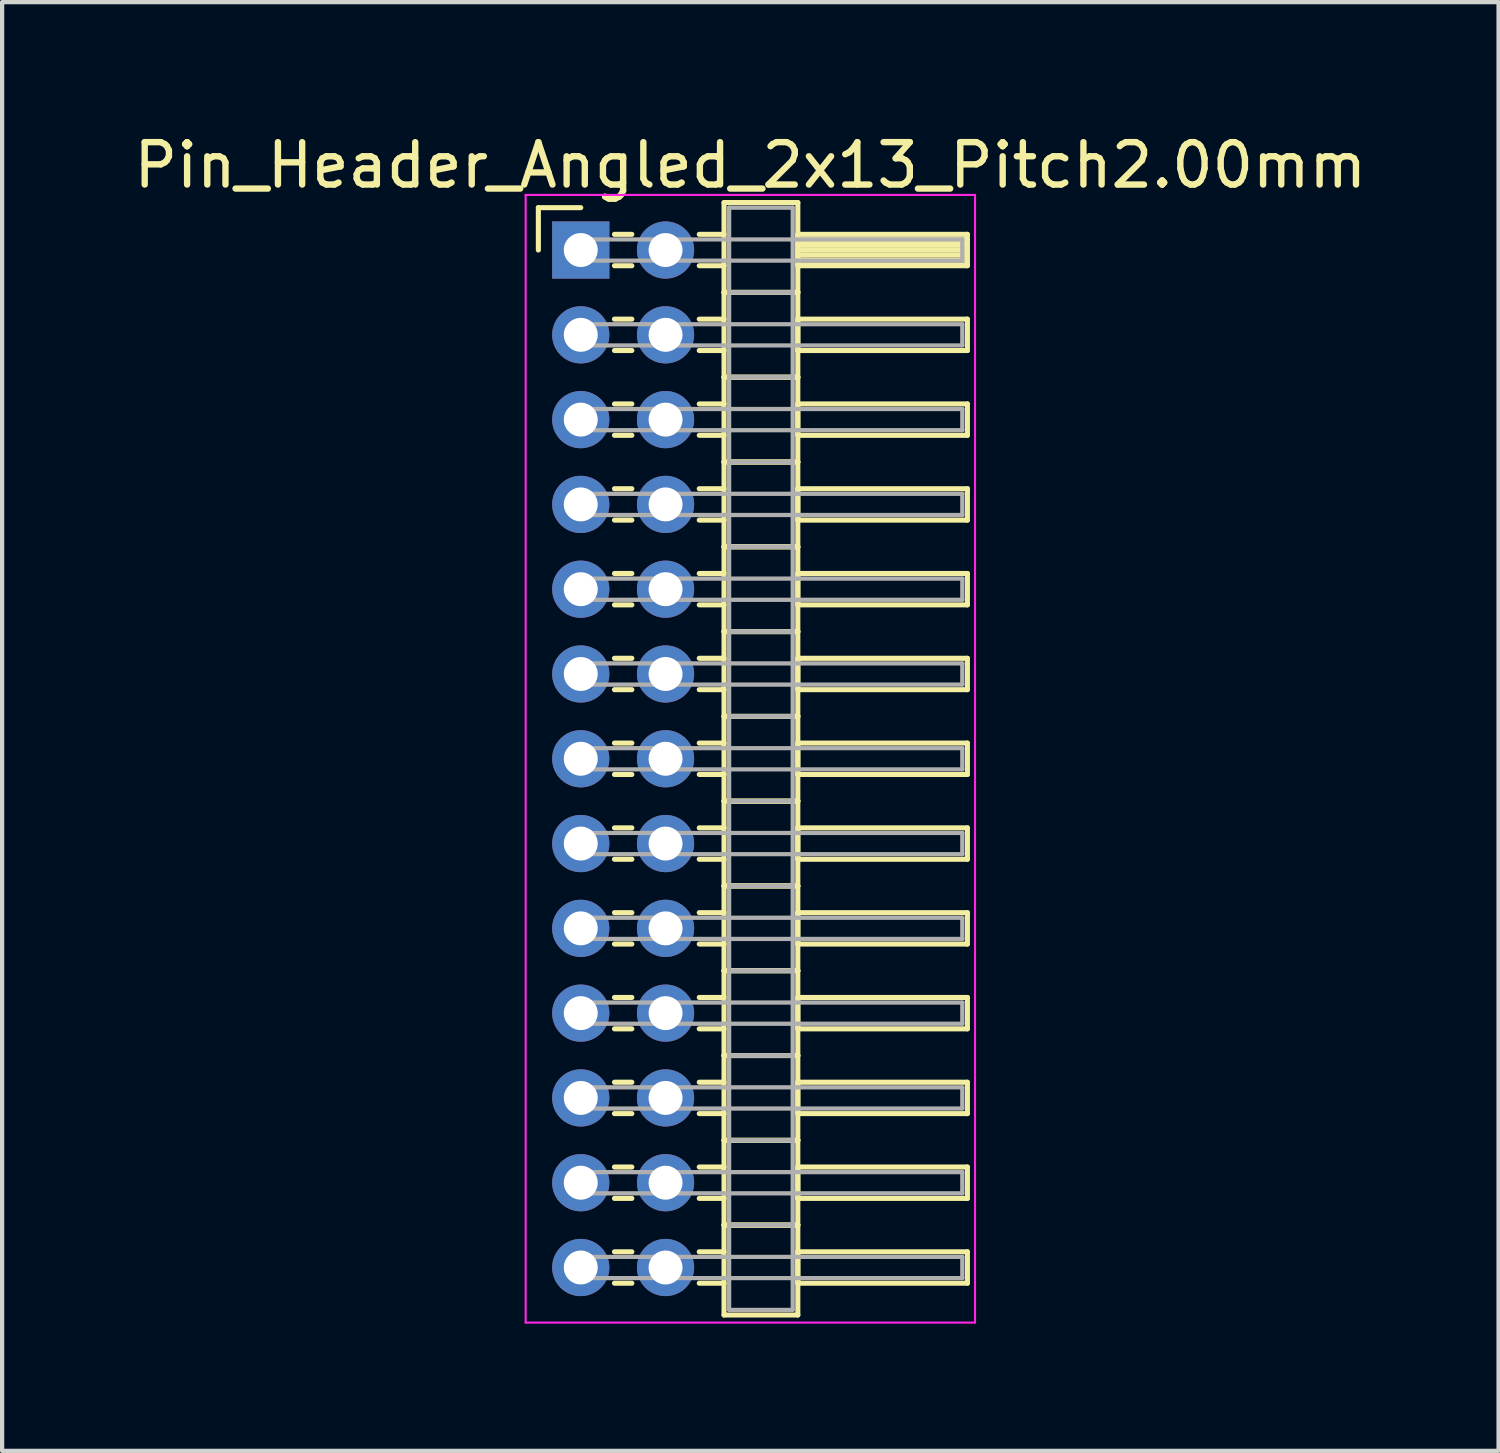
<source format=kicad_pcb>
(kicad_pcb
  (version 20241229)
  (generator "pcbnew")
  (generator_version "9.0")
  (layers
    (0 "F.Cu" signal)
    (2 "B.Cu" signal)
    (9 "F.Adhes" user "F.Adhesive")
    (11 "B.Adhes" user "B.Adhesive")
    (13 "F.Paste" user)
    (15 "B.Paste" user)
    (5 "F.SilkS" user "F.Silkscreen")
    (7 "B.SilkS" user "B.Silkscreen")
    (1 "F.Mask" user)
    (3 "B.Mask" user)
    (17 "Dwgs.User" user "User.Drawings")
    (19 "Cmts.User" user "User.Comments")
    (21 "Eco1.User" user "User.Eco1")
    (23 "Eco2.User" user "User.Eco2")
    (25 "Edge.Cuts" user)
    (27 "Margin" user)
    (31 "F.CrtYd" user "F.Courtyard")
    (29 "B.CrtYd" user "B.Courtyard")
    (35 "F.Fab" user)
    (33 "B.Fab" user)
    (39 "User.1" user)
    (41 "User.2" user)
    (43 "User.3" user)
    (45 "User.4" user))
  (footprint "Pin_Header_Angled_2x13_Pitch2.00mm"
    (layer "F.Cu")
    (at 10.649 2.848)
    (property "Reference" "Pin_Header_Angled_2x13_Pitch2.00mm" (at 4 -2 0) (layer "F.SilkS") (effects (font (size 1 1) (thickness 0.15))))
    (attr through_hole)
    (fp_line (start -1 -1) (end 0 -1) (stroke (width 0.12) (type solid)) (layer "F.SilkS"))
    (fp_line (start -1 0) (end -1 -1) (stroke (width 0.12) (type solid)) (layer "F.SilkS"))
    (fp_line (start 0.795 -0.37) (end 1.205 -0.37) (stroke (width 0.12) (type solid)) (layer "F.SilkS"))
    (fp_line (start 0.795 0.37) (end 1.205 0.37) (stroke (width 0.12) (type solid)) (layer "F.SilkS"))
    (fp_line (start 0.795 1.63) (end 1.205 1.63) (stroke (width 0.12) (type solid)) (layer "F.SilkS"))
    (fp_line (start 0.795 2.37) (end 1.205 2.37) (stroke (width 0.12) (type solid)) (layer "F.SilkS"))
    (fp_line (start 0.795 3.63) (end 1.205 3.63) (stroke (width 0.12) (type solid)) (layer "F.SilkS"))
    (fp_line (start 0.795 4.37) (end 1.205 4.37) (stroke (width 0.12) (type solid)) (layer "F.SilkS"))
    (fp_line (start 0.795 5.63) (end 1.205 5.63) (stroke (width 0.12) (type solid)) (layer "F.SilkS"))
    (fp_line (start 0.795 6.37) (end 1.205 6.37) (stroke (width 0.12) (type solid)) (layer "F.SilkS"))
    (fp_line (start 0.795 7.63) (end 1.205 7.63) (stroke (width 0.12) (type solid)) (layer "F.SilkS"))
    (fp_line (start 0.795 8.37) (end 1.205 8.37) (stroke (width 0.12) (type solid)) (layer "F.SilkS"))
    (fp_line (start 0.795 9.63) (end 1.205 9.63) (stroke (width 0.12) (type solid)) (layer "F.SilkS"))
    (fp_line (start 0.795 10.37) (end 1.205 10.37) (stroke (width 0.12) (type solid)) (layer "F.SilkS"))
    (fp_line (start 0.795 11.63) (end 1.205 11.63) (stroke (width 0.12) (type solid)) (layer "F.SilkS"))
    (fp_line (start 0.795 12.37) (end 1.205 12.37) (stroke (width 0.12) (type solid)) (layer "F.SilkS"))
    (fp_line (start 0.795 13.63) (end 1.205 13.63) (stroke (width 0.12) (type solid)) (layer "F.SilkS"))
    (fp_line (start 0.795 14.37) (end 1.205 14.37) (stroke (width 0.12) (type solid)) (layer "F.SilkS"))
    (fp_line (start 0.795 15.63) (end 1.205 15.63) (stroke (width 0.12) (type solid)) (layer "F.SilkS"))
    (fp_line (start 0.795 16.37) (end 1.205 16.37) (stroke (width 0.12) (type solid)) (layer "F.SilkS"))
    (fp_line (start 0.795 17.63) (end 1.205 17.63) (stroke (width 0.12) (type solid)) (layer "F.SilkS"))
    (fp_line (start 0.795 18.37) (end 1.205 18.37) (stroke (width 0.12) (type solid)) (layer "F.SilkS"))
    (fp_line (start 0.795 19.63) (end 1.205 19.63) (stroke (width 0.12) (type solid)) (layer "F.SilkS"))
    (fp_line (start 0.795 20.37) (end 1.205 20.37) (stroke (width 0.12) (type solid)) (layer "F.SilkS"))
    (fp_line (start 0.795 21.63) (end 1.205 21.63) (stroke (width 0.12) (type solid)) (layer "F.SilkS"))
    (fp_line (start 0.795 22.37) (end 1.205 22.37) (stroke (width 0.12) (type solid)) (layer "F.SilkS"))
    (fp_line (start 0.795 23.63) (end 1.205 23.63) (stroke (width 0.12) (type solid)) (layer "F.SilkS"))
    (fp_line (start 0.795 24.37) (end 1.205 24.37) (stroke (width 0.12) (type solid)) (layer "F.SilkS"))
    (fp_line (start 2.795 -0.37) (end 3.38 -0.37) (stroke (width 0.12) (type solid)) (layer "F.SilkS"))
    (fp_line (start 2.795 0.37) (end 3.38 0.37) (stroke (width 0.12) (type solid)) (layer "F.SilkS"))
    (fp_line (start 2.795 1.63) (end 3.38 1.63) (stroke (width 0.12) (type solid)) (layer "F.SilkS"))
    (fp_line (start 2.795 2.37) (end 3.38 2.37) (stroke (width 0.12) (type solid)) (layer "F.SilkS"))
    (fp_line (start 2.795 3.63) (end 3.38 3.63) (stroke (width 0.12) (type solid)) (layer "F.SilkS"))
    (fp_line (start 2.795 4.37) (end 3.38 4.37) (stroke (width 0.12) (type solid)) (layer "F.SilkS"))
    (fp_line (start 2.795 5.63) (end 3.38 5.63) (stroke (width 0.12) (type solid)) (layer "F.SilkS"))
    (fp_line (start 2.795 6.37) (end 3.38 6.37) (stroke (width 0.12) (type solid)) (layer "F.SilkS"))
    (fp_line (start 2.795 7.63) (end 3.38 7.63) (stroke (width 0.12) (type solid)) (layer "F.SilkS"))
    (fp_line (start 2.795 8.37) (end 3.38 8.37) (stroke (width 0.12) (type solid)) (layer "F.SilkS"))
    (fp_line (start 2.795 9.63) (end 3.38 9.63) (stroke (width 0.12) (type solid)) (layer "F.SilkS"))
    (fp_line (start 2.795 10.37) (end 3.38 10.37) (stroke (width 0.12) (type solid)) (layer "F.SilkS"))
    (fp_line (start 2.795 11.63) (end 3.38 11.63) (stroke (width 0.12) (type solid)) (layer "F.SilkS"))
    (fp_line (start 2.795 12.37) (end 3.38 12.37) (stroke (width 0.12) (type solid)) (layer "F.SilkS"))
    (fp_line (start 2.795 13.63) (end 3.38 13.63) (stroke (width 0.12) (type solid)) (layer "F.SilkS"))
    (fp_line (start 2.795 14.37) (end 3.38 14.37) (stroke (width 0.12) (type solid)) (layer "F.SilkS"))
    (fp_line (start 2.795 15.63) (end 3.38 15.63) (stroke (width 0.12) (type solid)) (layer "F.SilkS"))
    (fp_line (start 2.795 16.37) (end 3.38 16.37) (stroke (width 0.12) (type solid)) (layer "F.SilkS"))
    (fp_line (start 2.795 17.63) (end 3.38 17.63) (stroke (width 0.12) (type solid)) (layer "F.SilkS"))
    (fp_line (start 2.795 18.37) (end 3.38 18.37) (stroke (width 0.12) (type solid)) (layer "F.SilkS"))
    (fp_line (start 2.795 19.63) (end 3.38 19.63) (stroke (width 0.12) (type solid)) (layer "F.SilkS"))
    (fp_line (start 2.795 20.37) (end 3.38 20.37) (stroke (width 0.12) (type solid)) (layer "F.SilkS"))
    (fp_line (start 2.795 21.63) (end 3.38 21.63) (stroke (width 0.12) (type solid)) (layer "F.SilkS"))
    (fp_line (start 2.795 22.37) (end 3.38 22.37) (stroke (width 0.12) (type solid)) (layer "F.SilkS"))
    (fp_line (start 2.795 23.63) (end 3.38 23.63) (stroke (width 0.12) (type solid)) (layer "F.SilkS"))
    (fp_line (start 2.795 24.37) (end 3.38 24.37) (stroke (width 0.12) (type solid)) (layer "F.SilkS"))
    (fp_line (start 3.38 -1.12) (end 3.38 1) (stroke (width 0.12) (type solid)) (layer "F.SilkS"))
    (fp_line (start 3.38 1) (end 3.38 3) (stroke (width 0.12) (type solid)) (layer "F.SilkS"))
    (fp_line (start 3.38 1) (end 5.12 1) (stroke (width 0.12) (type solid)) (layer "F.SilkS"))
    (fp_line (start 3.38 3) (end 3.38 5) (stroke (width 0.12) (type solid)) (layer "F.SilkS"))
    (fp_line (start 3.38 3) (end 5.12 3) (stroke (width 0.12) (type solid)) (layer "F.SilkS"))
    (fp_line (start 3.38 5) (end 3.38 7) (stroke (width 0.12) (type solid)) (layer "F.SilkS"))
    (fp_line (start 3.38 5) (end 5.12 5) (stroke (width 0.12) (type solid)) (layer "F.SilkS"))
    (fp_line (start 3.38 7) (end 3.38 9) (stroke (width 0.12) (type solid)) (layer "F.SilkS"))
    (fp_line (start 3.38 7) (end 5.12 7) (stroke (width 0.12) (type solid)) (layer "F.SilkS"))
    (fp_line (start 3.38 9) (end 3.38 11) (stroke (width 0.12) (type solid)) (layer "F.SilkS"))
    (fp_line (start 3.38 9) (end 5.12 9) (stroke (width 0.12) (type solid)) (layer "F.SilkS"))
    (fp_line (start 3.38 11) (end 3.38 13) (stroke (width 0.12) (type solid)) (layer "F.SilkS"))
    (fp_line (start 3.38 11) (end 5.12 11) (stroke (width 0.12) (type solid)) (layer "F.SilkS"))
    (fp_line (start 3.38 13) (end 3.38 15) (stroke (width 0.12) (type solid)) (layer "F.SilkS"))
    (fp_line (start 3.38 13) (end 5.12 13) (stroke (width 0.12) (type solid)) (layer "F.SilkS"))
    (fp_line (start 3.38 15) (end 3.38 17) (stroke (width 0.12) (type solid)) (layer "F.SilkS"))
    (fp_line (start 3.38 15) (end 5.12 15) (stroke (width 0.12) (type solid)) (layer "F.SilkS"))
    (fp_line (start 3.38 17) (end 3.38 19) (stroke (width 0.12) (type solid)) (layer "F.SilkS"))
    (fp_line (start 3.38 17) (end 5.12 17) (stroke (width 0.12) (type solid)) (layer "F.SilkS"))
    (fp_line (start 3.38 19) (end 3.38 21) (stroke (width 0.12) (type solid)) (layer "F.SilkS"))
    (fp_line (start 3.38 19) (end 5.12 19) (stroke (width 0.12) (type solid)) (layer "F.SilkS"))
    (fp_line (start 3.38 21) (end 3.38 23) (stroke (width 0.12) (type solid)) (layer "F.SilkS"))
    (fp_line (start 3.38 21) (end 5.12 21) (stroke (width 0.12) (type solid)) (layer "F.SilkS"))
    (fp_line (start 3.38 23) (end 3.38 25.12) (stroke (width 0.12) (type solid)) (layer "F.SilkS"))
    (fp_line (start 3.38 23) (end 5.12 23) (stroke (width 0.12) (type solid)) (layer "F.SilkS"))
    (fp_line (start 3.38 25.12) (end 5.12 25.12) (stroke (width 0.12) (type solid)) (layer "F.SilkS"))
    (fp_line (start 5.12 -1.12) (end 3.38 -1.12) (stroke (width 0.12) (type solid)) (layer "F.SilkS"))
    (fp_line (start 5.12 -0.37) (end 5.12 0.37) (stroke (width 0.12) (type solid)) (layer "F.SilkS"))
    (fp_line (start 5.12 -0.25) (end 9.12 -0.25) (stroke (width 0.12) (type solid)) (layer "F.SilkS"))
    (fp_line (start 5.12 -0.13) (end 9.12 -0.13) (stroke (width 0.12) (type solid)) (layer "F.SilkS"))
    (fp_line (start 5.12 -0.01) (end 9.12 -0.01) (stroke (width 0.12) (type solid)) (layer "F.SilkS"))
    (fp_line (start 5.12 0.11) (end 9.12 0.11) (stroke (width 0.12) (type solid)) (layer "F.SilkS"))
    (fp_line (start 5.12 0.23) (end 9.12 0.23) (stroke (width 0.12) (type solid)) (layer "F.SilkS"))
    (fp_line (start 5.12 0.35) (end 9.12 0.35) (stroke (width 0.12) (type solid)) (layer "F.SilkS"))
    (fp_line (start 5.12 0.37) (end 9.12 0.37) (stroke (width 0.12) (type solid)) (layer "F.SilkS"))
    (fp_line (start 5.12 1) (end 3.38 1) (stroke (width 0.12) (type solid)) (layer "F.SilkS"))
    (fp_line (start 5.12 1) (end 5.12 -1.12) (stroke (width 0.12) (type solid)) (layer "F.SilkS"))
    (fp_line (start 5.12 1.63) (end 5.12 2.37) (stroke (width 0.12) (type solid)) (layer "F.SilkS"))
    (fp_line (start 5.12 2.37) (end 9.12 2.37) (stroke (width 0.12) (type solid)) (layer "F.SilkS"))
    (fp_line (start 5.12 3) (end 3.38 3) (stroke (width 0.12) (type solid)) (layer "F.SilkS"))
    (fp_line (start 5.12 3) (end 5.12 1) (stroke (width 0.12) (type solid)) (layer "F.SilkS"))
    (fp_line (start 5.12 3.63) (end 5.12 4.37) (stroke (width 0.12) (type solid)) (layer "F.SilkS"))
    (fp_line (start 5.12 4.37) (end 9.12 4.37) (stroke (width 0.12) (type solid)) (layer "F.SilkS"))
    (fp_line (start 5.12 5) (end 3.38 5) (stroke (width 0.12) (type solid)) (layer "F.SilkS"))
    (fp_line (start 5.12 5) (end 5.12 3) (stroke (width 0.12) (type solid)) (layer "F.SilkS"))
    (fp_line (start 5.12 5.63) (end 5.12 6.37) (stroke (width 0.12) (type solid)) (layer "F.SilkS"))
    (fp_line (start 5.12 6.37) (end 9.12 6.37) (stroke (width 0.12) (type solid)) (layer "F.SilkS"))
    (fp_line (start 5.12 7) (end 3.38 7) (stroke (width 0.12) (type solid)) (layer "F.SilkS"))
    (fp_line (start 5.12 7) (end 5.12 5) (stroke (width 0.12) (type solid)) (layer "F.SilkS"))
    (fp_line (start 5.12 7.63) (end 5.12 8.37) (stroke (width 0.12) (type solid)) (layer "F.SilkS"))
    (fp_line (start 5.12 8.37) (end 9.12 8.37) (stroke (width 0.12) (type solid)) (layer "F.SilkS"))
    (fp_line (start 5.12 9) (end 3.38 9) (stroke (width 0.12) (type solid)) (layer "F.SilkS"))
    (fp_line (start 5.12 9) (end 5.12 7) (stroke (width 0.12) (type solid)) (layer "F.SilkS"))
    (fp_line (start 5.12 9.63) (end 5.12 10.37) (stroke (width 0.12) (type solid)) (layer "F.SilkS"))
    (fp_line (start 5.12 10.37) (end 9.12 10.37) (stroke (width 0.12) (type solid)) (layer "F.SilkS"))
    (fp_line (start 5.12 11) (end 3.38 11) (stroke (width 0.12) (type solid)) (layer "F.SilkS"))
    (fp_line (start 5.12 11) (end 5.12 9) (stroke (width 0.12) (type solid)) (layer "F.SilkS"))
    (fp_line (start 5.12 11.63) (end 5.12 12.37) (stroke (width 0.12) (type solid)) (layer "F.SilkS"))
    (fp_line (start 5.12 12.37) (end 9.12 12.37) (stroke (width 0.12) (type solid)) (layer "F.SilkS"))
    (fp_line (start 5.12 13) (end 3.38 13) (stroke (width 0.12) (type solid)) (layer "F.SilkS"))
    (fp_line (start 5.12 13) (end 5.12 11) (stroke (width 0.12) (type solid)) (layer "F.SilkS"))
    (fp_line (start 5.12 13.63) (end 5.12 14.37) (stroke (width 0.12) (type solid)) (layer "F.SilkS"))
    (fp_line (start 5.12 14.37) (end 9.12 14.37) (stroke (width 0.12) (type solid)) (layer "F.SilkS"))
    (fp_line (start 5.12 15) (end 3.38 15) (stroke (width 0.12) (type solid)) (layer "F.SilkS"))
    (fp_line (start 5.12 15) (end 5.12 13) (stroke (width 0.12) (type solid)) (layer "F.SilkS"))
    (fp_line (start 5.12 15.63) (end 5.12 16.37) (stroke (width 0.12) (type solid)) (layer "F.SilkS"))
    (fp_line (start 5.12 16.37) (end 9.12 16.37) (stroke (width 0.12) (type solid)) (layer "F.SilkS"))
    (fp_line (start 5.12 17) (end 3.38 17) (stroke (width 0.12) (type solid)) (layer "F.SilkS"))
    (fp_line (start 5.12 17) (end 5.12 15) (stroke (width 0.12) (type solid)) (layer "F.SilkS"))
    (fp_line (start 5.12 17.63) (end 5.12 18.37) (stroke (width 0.12) (type solid)) (layer "F.SilkS"))
    (fp_line (start 5.12 18.37) (end 9.12 18.37) (stroke (width 0.12) (type solid)) (layer "F.SilkS"))
    (fp_line (start 5.12 19) (end 3.38 19) (stroke (width 0.12) (type solid)) (layer "F.SilkS"))
    (fp_line (start 5.12 19) (end 5.12 17) (stroke (width 0.12) (type solid)) (layer "F.SilkS"))
    (fp_line (start 5.12 19.63) (end 5.12 20.37) (stroke (width 0.12) (type solid)) (layer "F.SilkS"))
    (fp_line (start 5.12 20.37) (end 9.12 20.37) (stroke (width 0.12) (type solid)) (layer "F.SilkS"))
    (fp_line (start 5.12 21) (end 3.38 21) (stroke (width 0.12) (type solid)) (layer "F.SilkS"))
    (fp_line (start 5.12 21) (end 5.12 19) (stroke (width 0.12) (type solid)) (layer "F.SilkS"))
    (fp_line (start 5.12 21.63) (end 5.12 22.37) (stroke (width 0.12) (type solid)) (layer "F.SilkS"))
    (fp_line (start 5.12 22.37) (end 9.12 22.37) (stroke (width 0.12) (type solid)) (layer "F.SilkS"))
    (fp_line (start 5.12 23) (end 3.38 23) (stroke (width 0.12) (type solid)) (layer "F.SilkS"))
    (fp_line (start 5.12 23) (end 5.12 21) (stroke (width 0.12) (type solid)) (layer "F.SilkS"))
    (fp_line (start 5.12 23.63) (end 5.12 24.37) (stroke (width 0.12) (type solid)) (layer "F.SilkS"))
    (fp_line (start 5.12 24.37) (end 9.12 24.37) (stroke (width 0.12) (type solid)) (layer "F.SilkS"))
    (fp_line (start 5.12 25.12) (end 5.12 23) (stroke (width 0.12) (type solid)) (layer "F.SilkS"))
    (fp_line (start 9.12 -0.37) (end 5.12 -0.37) (stroke (width 0.12) (type solid)) (layer "F.SilkS"))
    (fp_line (start 9.12 0.37) (end 9.12 -0.37) (stroke (width 0.12) (type solid)) (layer "F.SilkS"))
    (fp_line (start 9.12 1.63) (end 5.12 1.63) (stroke (width 0.12) (type solid)) (layer "F.SilkS"))
    (fp_line (start 9.12 2.37) (end 9.12 1.63) (stroke (width 0.12) (type solid)) (layer "F.SilkS"))
    (fp_line (start 9.12 3.63) (end 5.12 3.63) (stroke (width 0.12) (type solid)) (layer "F.SilkS"))
    (fp_line (start 9.12 4.37) (end 9.12 3.63) (stroke (width 0.12) (type solid)) (layer "F.SilkS"))
    (fp_line (start 9.12 5.63) (end 5.12 5.63) (stroke (width 0.12) (type solid)) (layer "F.SilkS"))
    (fp_line (start 9.12 6.37) (end 9.12 5.63) (stroke (width 0.12) (type solid)) (layer "F.SilkS"))
    (fp_line (start 9.12 7.63) (end 5.12 7.63) (stroke (width 0.12) (type solid)) (layer "F.SilkS"))
    (fp_line (start 9.12 8.37) (end 9.12 7.63) (stroke (width 0.12) (type solid)) (layer "F.SilkS"))
    (fp_line (start 9.12 9.63) (end 5.12 9.63) (stroke (width 0.12) (type solid)) (layer "F.SilkS"))
    (fp_line (start 9.12 10.37) (end 9.12 9.63) (stroke (width 0.12) (type solid)) (layer "F.SilkS"))
    (fp_line (start 9.12 11.63) (end 5.12 11.63) (stroke (width 0.12) (type solid)) (layer "F.SilkS"))
    (fp_line (start 9.12 12.37) (end 9.12 11.63) (stroke (width 0.12) (type solid)) (layer "F.SilkS"))
    (fp_line (start 9.12 13.63) (end 5.12 13.63) (stroke (width 0.12) (type solid)) (layer "F.SilkS"))
    (fp_line (start 9.12 14.37) (end 9.12 13.63) (stroke (width 0.12) (type solid)) (layer "F.SilkS"))
    (fp_line (start 9.12 15.63) (end 5.12 15.63) (stroke (width 0.12) (type solid)) (layer "F.SilkS"))
    (fp_line (start 9.12 16.37) (end 9.12 15.63) (stroke (width 0.12) (type solid)) (layer "F.SilkS"))
    (fp_line (start 9.12 17.63) (end 5.12 17.63) (stroke (width 0.12) (type solid)) (layer "F.SilkS"))
    (fp_line (start 9.12 18.37) (end 9.12 17.63) (stroke (width 0.12) (type solid)) (layer "F.SilkS"))
    (fp_line (start 9.12 19.63) (end 5.12 19.63) (stroke (width 0.12) (type solid)) (layer "F.SilkS"))
    (fp_line (start 9.12 20.37) (end 9.12 19.63) (stroke (width 0.12) (type solid)) (layer "F.SilkS"))
    (fp_line (start 9.12 21.63) (end 5.12 21.63) (stroke (width 0.12) (type solid)) (layer "F.SilkS"))
    (fp_line (start 9.12 22.37) (end 9.12 21.63) (stroke (width 0.12) (type solid)) (layer "F.SilkS"))
    (fp_line (start 9.12 23.63) (end 5.12 23.63) (stroke (width 0.12) (type solid)) (layer "F.SilkS"))
    (fp_line (start 9.12 24.37) (end 9.12 23.63) (stroke (width 0.12) (type solid)) (layer "F.SilkS"))
    (fp_line (start -1.3 -1.3) (end -1.3 25.3) (stroke (width 0.05) (type solid)) (layer "F.CrtYd"))
    (fp_line (start -1.3 25.3) (end 9.3 25.3) (stroke (width 0.05) (type solid)) (layer "F.CrtYd"))
    (fp_line (start 9.3 -1.3) (end -1.3 -1.3) (stroke (width 0.05) (type solid)) (layer "F.CrtYd"))
    (fp_line (start 9.3 25.3) (end 9.3 -1.3) (stroke (width 0.05) (type solid)) (layer "F.CrtYd"))
    (fp_line (start 0 -0.25) (end 0 0.25) (stroke (width 0.1) (type solid)) (layer "F.Fab"))
    (fp_line (start 0 0.25) (end 9 0.25) (stroke (width 0.1) (type solid)) (layer "F.Fab"))
    (fp_line (start 0 1.75) (end 0 2.25) (stroke (width 0.1) (type solid)) (layer "F.Fab"))
    (fp_line (start 0 2.25) (end 9 2.25) (stroke (width 0.1) (type solid)) (layer "F.Fab"))
    (fp_line (start 0 3.75) (end 0 4.25) (stroke (width 0.1) (type solid)) (layer "F.Fab"))
    (fp_line (start 0 4.25) (end 9 4.25) (stroke (width 0.1) (type solid)) (layer "F.Fab"))
    (fp_line (start 0 5.75) (end 0 6.25) (stroke (width 0.1) (type solid)) (layer "F.Fab"))
    (fp_line (start 0 6.25) (end 9 6.25) (stroke (width 0.1) (type solid)) (layer "F.Fab"))
    (fp_line (start 0 7.75) (end 0 8.25) (stroke (width 0.1) (type solid)) (layer "F.Fab"))
    (fp_line (start 0 8.25) (end 9 8.25) (stroke (width 0.1) (type solid)) (layer "F.Fab"))
    (fp_line (start 0 9.75) (end 0 10.25) (stroke (width 0.1) (type solid)) (layer "F.Fab"))
    (fp_line (start 0 10.25) (end 9 10.25) (stroke (width 0.1) (type solid)) (layer "F.Fab"))
    (fp_line (start 0 11.75) (end 0 12.25) (stroke (width 0.1) (type solid)) (layer "F.Fab"))
    (fp_line (start 0 12.25) (end 9 12.25) (stroke (width 0.1) (type solid)) (layer "F.Fab"))
    (fp_line (start 0 13.75) (end 0 14.25) (stroke (width 0.1) (type solid)) (layer "F.Fab"))
    (fp_line (start 0 14.25) (end 9 14.25) (stroke (width 0.1) (type solid)) (layer "F.Fab"))
    (fp_line (start 0 15.75) (end 0 16.25) (stroke (width 0.1) (type solid)) (layer "F.Fab"))
    (fp_line (start 0 16.25) (end 9 16.25) (stroke (width 0.1) (type solid)) (layer "F.Fab"))
    (fp_line (start 0 17.75) (end 0 18.25) (stroke (width 0.1) (type solid)) (layer "F.Fab"))
    (fp_line (start 0 18.25) (end 9 18.25) (stroke (width 0.1) (type solid)) (layer "F.Fab"))
    (fp_line (start 0 19.75) (end 0 20.25) (stroke (width 0.1) (type solid)) (layer "F.Fab"))
    (fp_line (start 0 20.25) (end 9 20.25) (stroke (width 0.1) (type solid)) (layer "F.Fab"))
    (fp_line (start 0 21.75) (end 0 22.25) (stroke (width 0.1) (type solid)) (layer "F.Fab"))
    (fp_line (start 0 22.25) (end 9 22.25) (stroke (width 0.1) (type solid)) (layer "F.Fab"))
    (fp_line (start 0 23.75) (end 0 24.25) (stroke (width 0.1) (type solid)) (layer "F.Fab"))
    (fp_line (start 0 24.25) (end 9 24.25) (stroke (width 0.1) (type solid)) (layer "F.Fab"))
    (fp_line (start 3.5 -1) (end 3.5 1) (stroke (width 0.1) (type solid)) (layer "F.Fab"))
    (fp_line (start 3.5 1) (end 3.5 3) (stroke (width 0.1) (type solid)) (layer "F.Fab"))
    (fp_line (start 3.5 1) (end 5 1) (stroke (width 0.1) (type solid)) (layer "F.Fab"))
    (fp_line (start 3.5 3) (end 3.5 5) (stroke (width 0.1) (type solid)) (layer "F.Fab"))
    (fp_line (start 3.5 3) (end 5 3) (stroke (width 0.1) (type solid)) (layer "F.Fab"))
    (fp_line (start 3.5 5) (end 3.5 7) (stroke (width 0.1) (type solid)) (layer "F.Fab"))
    (fp_line (start 3.5 5) (end 5 5) (stroke (width 0.1) (type solid)) (layer "F.Fab"))
    (fp_line (start 3.5 7) (end 3.5 9) (stroke (width 0.1) (type solid)) (layer "F.Fab"))
    (fp_line (start 3.5 7) (end 5 7) (stroke (width 0.1) (type solid)) (layer "F.Fab"))
    (fp_line (start 3.5 9) (end 3.5 11) (stroke (width 0.1) (type solid)) (layer "F.Fab"))
    (fp_line (start 3.5 9) (end 5 9) (stroke (width 0.1) (type solid)) (layer "F.Fab"))
    (fp_line (start 3.5 11) (end 3.5 13) (stroke (width 0.1) (type solid)) (layer "F.Fab"))
    (fp_line (start 3.5 11) (end 5 11) (stroke (width 0.1) (type solid)) (layer "F.Fab"))
    (fp_line (start 3.5 13) (end 3.5 15) (stroke (width 0.1) (type solid)) (layer "F.Fab"))
    (fp_line (start 3.5 13) (end 5 13) (stroke (width 0.1) (type solid)) (layer "F.Fab"))
    (fp_line (start 3.5 15) (end 3.5 17) (stroke (width 0.1) (type solid)) (layer "F.Fab"))
    (fp_line (start 3.5 15) (end 5 15) (stroke (width 0.1) (type solid)) (layer "F.Fab"))
    (fp_line (start 3.5 17) (end 3.5 19) (stroke (width 0.1) (type solid)) (layer "F.Fab"))
    (fp_line (start 3.5 17) (end 5 17) (stroke (width 0.1) (type solid)) (layer "F.Fab"))
    (fp_line (start 3.5 19) (end 3.5 21) (stroke (width 0.1) (type solid)) (layer "F.Fab"))
    (fp_line (start 3.5 19) (end 5 19) (stroke (width 0.1) (type solid)) (layer "F.Fab"))
    (fp_line (start 3.5 21) (end 3.5 23) (stroke (width 0.1) (type solid)) (layer "F.Fab"))
    (fp_line (start 3.5 21) (end 5 21) (stroke (width 0.1) (type solid)) (layer "F.Fab"))
    (fp_line (start 3.5 23) (end 3.5 25) (stroke (width 0.1) (type solid)) (layer "F.Fab"))
    (fp_line (start 3.5 23) (end 5 23) (stroke (width 0.1) (type solid)) (layer "F.Fab"))
    (fp_line (start 3.5 25) (end 5 25) (stroke (width 0.1) (type solid)) (layer "F.Fab"))
    (fp_line (start 5 -1) (end 3.5 -1) (stroke (width 0.1) (type solid)) (layer "F.Fab"))
    (fp_line (start 5 1) (end 3.5 1) (stroke (width 0.1) (type solid)) (layer "F.Fab"))
    (fp_line (start 5 1) (end 5 -1) (stroke (width 0.1) (type solid)) (layer "F.Fab"))
    (fp_line (start 5 3) (end 3.5 3) (stroke (width 0.1) (type solid)) (layer "F.Fab"))
    (fp_line (start 5 3) (end 5 1) (stroke (width 0.1) (type solid)) (layer "F.Fab"))
    (fp_line (start 5 5) (end 3.5 5) (stroke (width 0.1) (type solid)) (layer "F.Fab"))
    (fp_line (start 5 5) (end 5 3) (stroke (width 0.1) (type solid)) (layer "F.Fab"))
    (fp_line (start 5 7) (end 3.5 7) (stroke (width 0.1) (type solid)) (layer "F.Fab"))
    (fp_line (start 5 7) (end 5 5) (stroke (width 0.1) (type solid)) (layer "F.Fab"))
    (fp_line (start 5 9) (end 3.5 9) (stroke (width 0.1) (type solid)) (layer "F.Fab"))
    (fp_line (start 5 9) (end 5 7) (stroke (width 0.1) (type solid)) (layer "F.Fab"))
    (fp_line (start 5 11) (end 3.5 11) (stroke (width 0.1) (type solid)) (layer "F.Fab"))
    (fp_line (start 5 11) (end 5 9) (stroke (width 0.1) (type solid)) (layer "F.Fab"))
    (fp_line (start 5 13) (end 3.5 13) (stroke (width 0.1) (type solid)) (layer "F.Fab"))
    (fp_line (start 5 13) (end 5 11) (stroke (width 0.1) (type solid)) (layer "F.Fab"))
    (fp_line (start 5 15) (end 3.5 15) (stroke (width 0.1) (type solid)) (layer "F.Fab"))
    (fp_line (start 5 15) (end 5 13) (stroke (width 0.1) (type solid)) (layer "F.Fab"))
    (fp_line (start 5 17) (end 3.5 17) (stroke (width 0.1) (type solid)) (layer "F.Fab"))
    (fp_line (start 5 17) (end 5 15) (stroke (width 0.1) (type solid)) (layer "F.Fab"))
    (fp_line (start 5 19) (end 3.5 19) (stroke (width 0.1) (type solid)) (layer "F.Fab"))
    (fp_line (start 5 19) (end 5 17) (stroke (width 0.1) (type solid)) (layer "F.Fab"))
    (fp_line (start 5 21) (end 3.5 21) (stroke (width 0.1) (type solid)) (layer "F.Fab"))
    (fp_line (start 5 21) (end 5 19) (stroke (width 0.1) (type solid)) (layer "F.Fab"))
    (fp_line (start 5 23) (end 3.5 23) (stroke (width 0.1) (type solid)) (layer "F.Fab"))
    (fp_line (start 5 23) (end 5 21) (stroke (width 0.1) (type solid)) (layer "F.Fab"))
    (fp_line (start 5 25) (end 5 23) (stroke (width 0.1) (type solid)) (layer "F.Fab"))
    (fp_line (start 9 -0.25) (end 0 -0.25) (stroke (width 0.1) (type solid)) (layer "F.Fab"))
    (fp_line (start 9 0.25) (end 9 -0.25) (stroke (width 0.1) (type solid)) (layer "F.Fab"))
    (fp_line (start 9 1.75) (end 0 1.75) (stroke (width 0.1) (type solid)) (layer "F.Fab"))
    (fp_line (start 9 2.25) (end 9 1.75) (stroke (width 0.1) (type solid)) (layer "F.Fab"))
    (fp_line (start 9 3.75) (end 0 3.75) (stroke (width 0.1) (type solid)) (layer "F.Fab"))
    (fp_line (start 9 4.25) (end 9 3.75) (stroke (width 0.1) (type solid)) (layer "F.Fab"))
    (fp_line (start 9 5.75) (end 0 5.75) (stroke (width 0.1) (type solid)) (layer "F.Fab"))
    (fp_line (start 9 6.25) (end 9 5.75) (stroke (width 0.1) (type solid)) (layer "F.Fab"))
    (fp_line (start 9 7.75) (end 0 7.75) (stroke (width 0.1) (type solid)) (layer "F.Fab"))
    (fp_line (start 9 8.25) (end 9 7.75) (stroke (width 0.1) (type solid)) (layer "F.Fab"))
    (fp_line (start 9 9.75) (end 0 9.75) (stroke (width 0.1) (type solid)) (layer "F.Fab"))
    (fp_line (start 9 10.25) (end 9 9.75) (stroke (width 0.1) (type solid)) (layer "F.Fab"))
    (fp_line (start 9 11.75) (end 0 11.75) (stroke (width 0.1) (type solid)) (layer "F.Fab"))
    (fp_line (start 9 12.25) (end 9 11.75) (stroke (width 0.1) (type solid)) (layer "F.Fab"))
    (fp_line (start 9 13.75) (end 0 13.75) (stroke (width 0.1) (type solid)) (layer "F.Fab"))
    (fp_line (start 9 14.25) (end 9 13.75) (stroke (width 0.1) (type solid)) (layer "F.Fab"))
    (fp_line (start 9 15.75) (end 0 15.75) (stroke (width 0.1) (type solid)) (layer "F.Fab"))
    (fp_line (start 9 16.25) (end 9 15.75) (stroke (width 0.1) (type solid)) (layer "F.Fab"))
    (fp_line (start 9 17.75) (end 0 17.75) (stroke (width 0.1) (type solid)) (layer "F.Fab"))
    (fp_line (start 9 18.25) (end 9 17.75) (stroke (width 0.1) (type solid)) (layer "F.Fab"))
    (fp_line (start 9 19.75) (end 0 19.75) (stroke (width 0.1) (type solid)) (layer "F.Fab"))
    (fp_line (start 9 20.25) (end 9 19.75) (stroke (width 0.1) (type solid)) (layer "F.Fab"))
    (fp_line (start 9 21.75) (end 0 21.75) (stroke (width 0.1) (type solid)) (layer "F.Fab"))
    (fp_line (start 9 22.25) (end 9 21.75) (stroke (width 0.1) (type solid)) (layer "F.Fab"))
    (fp_line (start 9 23.75) (end 0 23.75) (stroke (width 0.1) (type solid)) (layer "F.Fab"))
    (fp_line (start 9 24.25) (end 9 23.75) (stroke (width 0.1) (type solid)) (layer "F.Fab"))
    (pad "1" thru_hole rect (at 0 0) (size 1.35 1.35) (drill 0.8) (layers "*.Cu" "*.Mask"))
    (pad "2" thru_hole oval (at 2 0) (size 1.35 1.35) (drill 0.8) (layers "*.Cu" "*.Mask"))
    (pad "3" thru_hole oval (at 0 2) (size 1.35 1.35) (drill 0.8) (layers "*.Cu" "*.Mask"))
    (pad "4" thru_hole oval (at 2 2) (size 1.35 1.35) (drill 0.8) (layers "*.Cu" "*.Mask"))
    (pad "5" thru_hole oval (at 0 4) (size 1.35 1.35) (drill 0.8) (layers "*.Cu" "*.Mask"))
    (pad "6" thru_hole oval (at 2 4) (size 1.35 1.35) (drill 0.8) (layers "*.Cu" "*.Mask"))
    (pad "7" thru_hole oval (at 0 6) (size 1.35 1.35) (drill 0.8) (layers "*.Cu" "*.Mask"))
    (pad "8" thru_hole oval (at 2 6) (size 1.35 1.35) (drill 0.8) (layers "*.Cu" "*.Mask"))
    (pad "9" thru_hole oval (at 0 8) (size 1.35 1.35) (drill 0.8) (layers "*.Cu" "*.Mask"))
    (pad "10" thru_hole oval (at 2 8) (size 1.35 1.35) (drill 0.8) (layers "*.Cu" "*.Mask"))
    (pad "11" thru_hole oval (at 0 10) (size 1.35 1.35) (drill 0.8) (layers "*.Cu" "*.Mask"))
    (pad "12" thru_hole oval (at 2 10) (size 1.35 1.35) (drill 0.8) (layers "*.Cu" "*.Mask"))
    (pad "13" thru_hole oval (at 0 12) (size 1.35 1.35) (drill 0.8) (layers "*.Cu" "*.Mask"))
    (pad "14" thru_hole oval (at 2 12) (size 1.35 1.35) (drill 0.8) (layers "*.Cu" "*.Mask"))
    (pad "15" thru_hole oval (at 0 14) (size 1.35 1.35) (drill 0.8) (layers "*.Cu" "*.Mask"))
    (pad "16" thru_hole oval (at 2 14) (size 1.35 1.35) (drill 0.8) (layers "*.Cu" "*.Mask"))
    (pad "17" thru_hole oval (at 0 16) (size 1.35 1.35) (drill 0.8) (layers "*.Cu" "*.Mask"))
    (pad "18" thru_hole oval (at 2 16) (size 1.35 1.35) (drill 0.8) (layers "*.Cu" "*.Mask"))
    (pad "19" thru_hole oval (at 0 18) (size 1.35 1.35) (drill 0.8) (layers "*.Cu" "*.Mask"))
    (pad "20" thru_hole oval (at 2 18) (size 1.35 1.35) (drill 0.8) (layers "*.Cu" "*.Mask"))
    (pad "21" thru_hole oval (at 0 20) (size 1.35 1.35) (drill 0.8) (layers "*.Cu" "*.Mask"))
    (pad "22" thru_hole oval (at 2 20) (size 1.35 1.35) (drill 0.8) (layers "*.Cu" "*.Mask"))
    (pad "23" thru_hole oval (at 0 22) (size 1.35 1.35) (drill 0.8) (layers "*.Cu" "*.Mask"))
    (pad "24" thru_hole oval (at 2 22) (size 1.35 1.35) (drill 0.8) (layers "*.Cu" "*.Mask"))
    (pad "25" thru_hole oval (at 0 24) (size 1.35 1.35) (drill 0.8) (layers "*.Cu" "*.Mask"))
    (pad "26" thru_hole oval (at 2 24) (size 1.35 1.35) (drill 0.8) (layers "*.Cu" "*.Mask")))
  (gr_rect
    (start -3 -3)
    (end 32.298 31.173)
    (stroke (width 0.1) (type default))
    (fill no)
    (layer "Edge.Cuts")))
</source>
